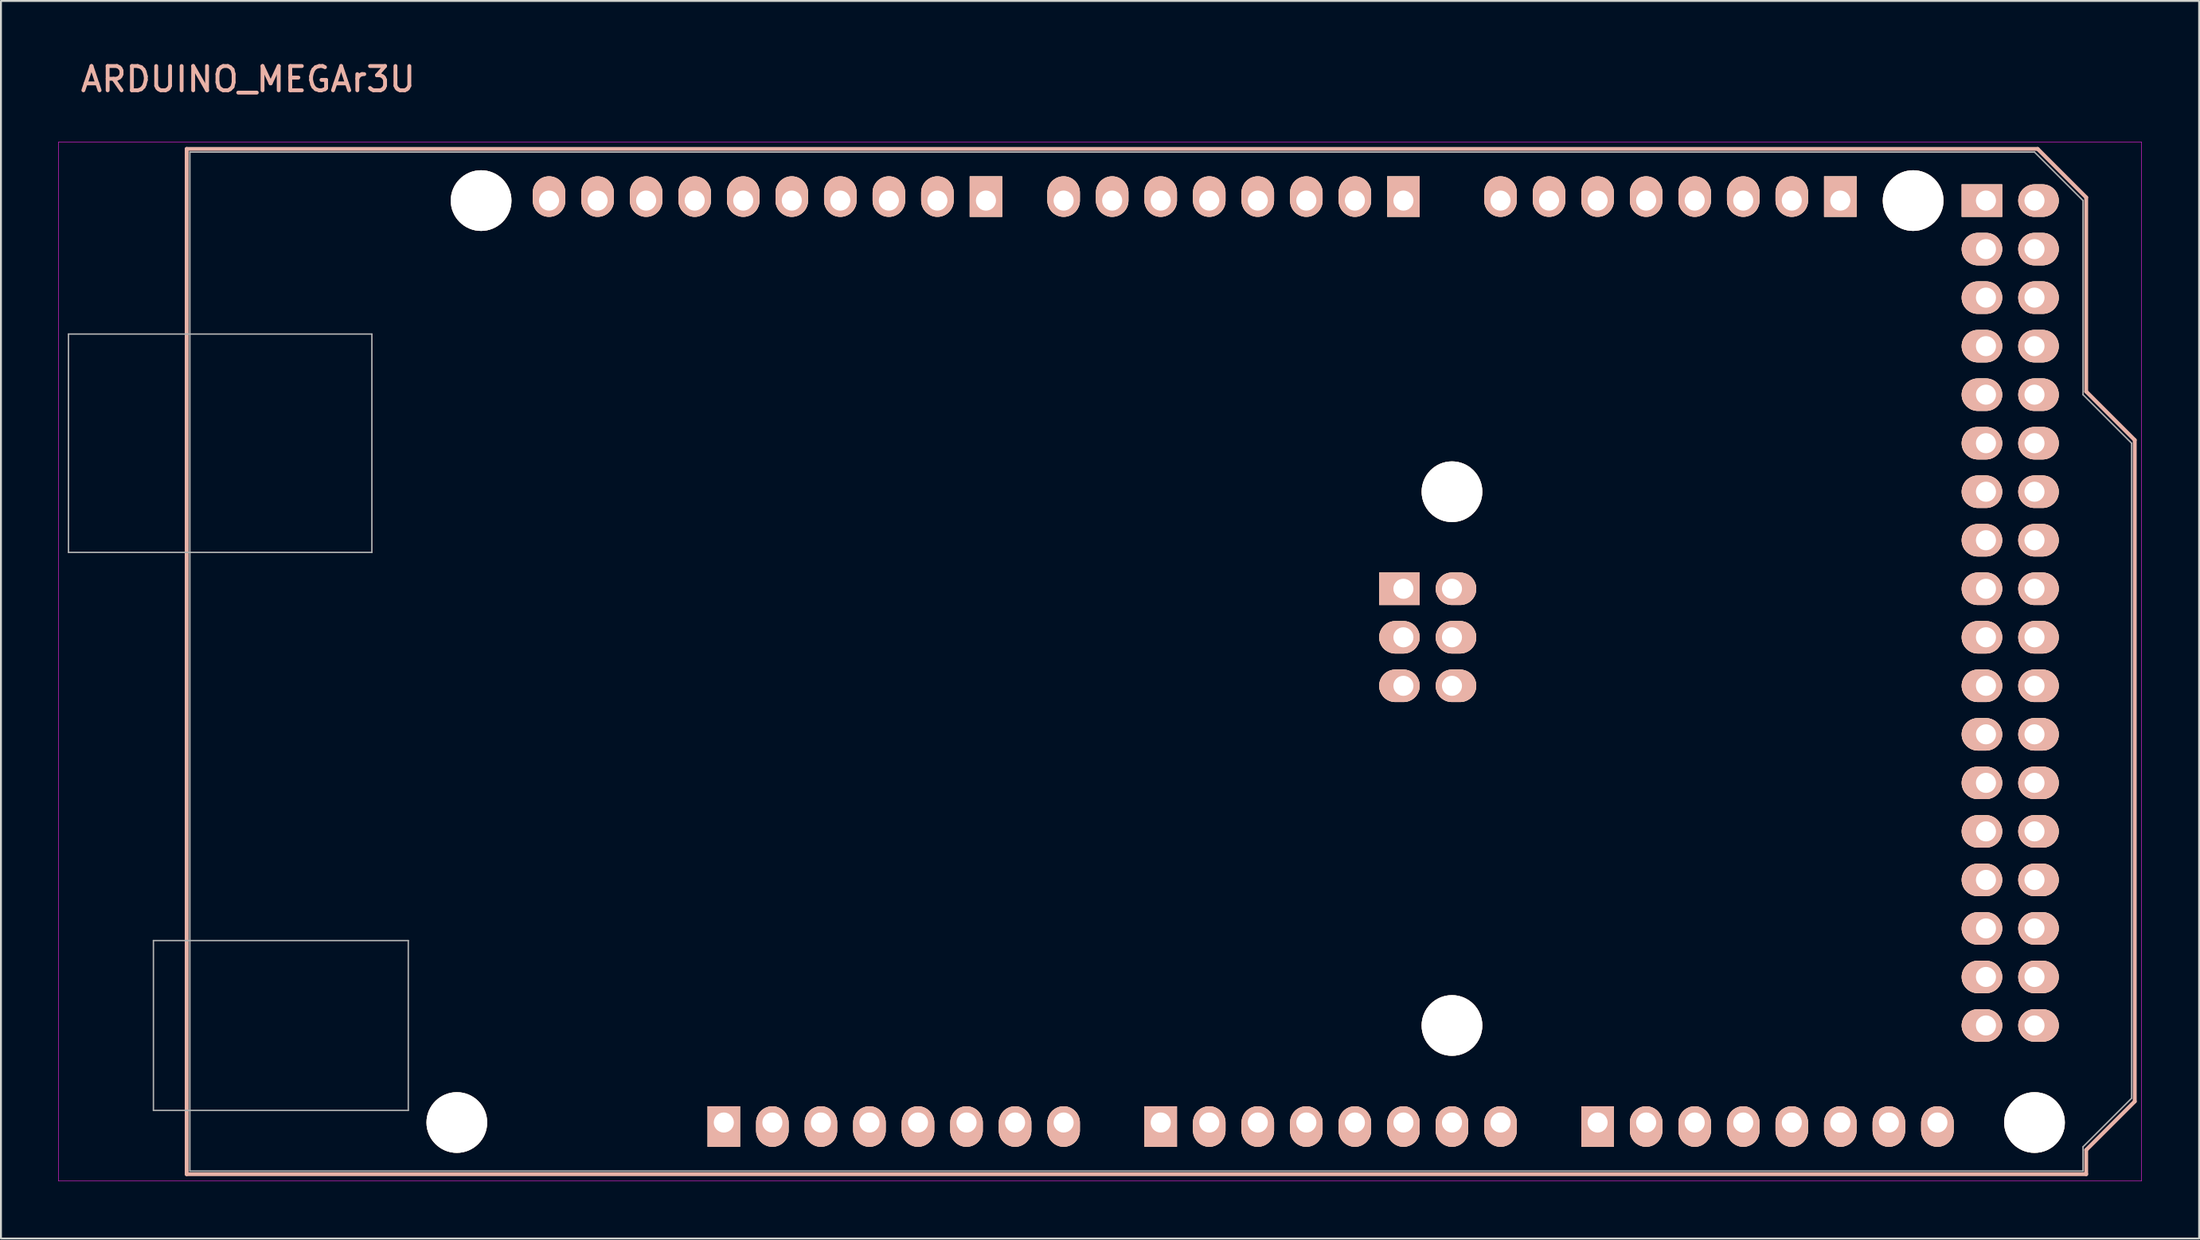
<source format=kicad_pcb>
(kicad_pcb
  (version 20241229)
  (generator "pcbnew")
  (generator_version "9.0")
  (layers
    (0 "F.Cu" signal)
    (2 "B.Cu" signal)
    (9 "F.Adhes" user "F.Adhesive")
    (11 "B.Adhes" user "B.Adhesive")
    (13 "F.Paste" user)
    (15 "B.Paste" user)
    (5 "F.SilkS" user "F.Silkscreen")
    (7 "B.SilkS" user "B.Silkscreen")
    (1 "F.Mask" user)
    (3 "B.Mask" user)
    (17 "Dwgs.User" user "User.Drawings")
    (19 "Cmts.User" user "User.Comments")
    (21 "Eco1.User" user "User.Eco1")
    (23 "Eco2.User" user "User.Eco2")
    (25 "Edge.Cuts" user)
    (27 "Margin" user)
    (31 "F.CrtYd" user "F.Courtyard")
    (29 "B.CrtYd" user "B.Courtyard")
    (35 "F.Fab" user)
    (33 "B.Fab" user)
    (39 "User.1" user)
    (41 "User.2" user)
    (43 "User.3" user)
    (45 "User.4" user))
  (footprint "ARDUINO_MEGAr3U"
    (layer "F.Cu")
    (at 6.883 58.25)
    (property "Reference" "ARDUINO_MEGAr3U" (at 3.048 -57.15 0) (layer "B.SilkS") (effects (font (size 1.27 1.27) (thickness 0.203))))
    (attr through_hole)
    (fp_line (start -0.165 0.165) (end -0.165 -53.505) (stroke (width 0.203) (type solid)) (layer "B.SilkS"))
    (fp_line (start 96.685 -53.505) (end -0.165 -53.505) (stroke (width 0.203) (type solid)) (layer "B.SilkS"))
    (fp_line (start 99.225 -50.965) (end 96.685 -53.505) (stroke (width 0.203) (type solid)) (layer "B.SilkS"))
    (fp_line (start 99.225 -40.805) (end 99.225 -50.965) (stroke (width 0.203) (type solid)) (layer "B.SilkS"))
    (fp_line (start 99.225 -40.805) (end 101.765 -38.265) (stroke (width 0.203) (type solid)) (layer "B.SilkS"))
    (fp_line (start 99.225 -1.105) (end 99.225 0.165) (stroke (width 0.203) (type solid)) (layer "B.SilkS"))
    (fp_line (start 99.225 0.165) (end -0.165 0.165) (stroke (width 0.203) (type solid)) (layer "B.SilkS"))
    (fp_line (start 101.765 -38.265) (end 101.765 -3.645) (stroke (width 0.203) (type solid)) (layer "B.SilkS"))
    (fp_line (start 101.765 -3.645) (end 99.225 -1.105) (stroke (width 0.203) (type solid)) (layer "B.SilkS"))
    (fp_line (start -6.871 -53.861) (end 102.121 -53.861) (stroke (width 0.025) (type solid)) (layer "F.CrtYd"))
    (fp_line (start -6.871 0.521) (end -6.871 -53.861) (stroke (width 0.025) (type solid)) (layer "F.CrtYd"))
    (fp_line (start 102.121 -53.861) (end 102.121 0.521) (stroke (width 0.025) (type solid)) (layer "F.CrtYd"))
    (fp_line (start 102.121 0.521) (end -6.871 0.521) (stroke (width 0.025) (type solid)) (layer "F.CrtYd"))
    (fp_line (start -6.35 -43.815) (end 9.525 -43.815) (stroke (width 0.076) (type solid)) (layer "F.Fab"))
    (fp_line (start -6.35 -32.385) (end -6.35 -43.815) (stroke (width 0.076) (type solid)) (layer "F.Fab"))
    (fp_line (start -1.905 -12.065) (end 11.43 -12.065) (stroke (width 0.076) (type solid)) (layer "F.Fab"))
    (fp_line (start -1.905 -3.175) (end -1.905 -12.065) (stroke (width 0.076) (type solid)) (layer "F.Fab"))
    (fp_line (start 0 0) (end 0 -53.34) (stroke (width 0.076) (type solid)) (layer "F.Fab"))
    (fp_line (start 9.525 -43.815) (end 9.525 -32.385) (stroke (width 0.076) (type solid)) (layer "F.Fab"))
    (fp_line (start 9.525 -32.385) (end -6.35 -32.385) (stroke (width 0.076) (type solid)) (layer "F.Fab"))
    (fp_line (start 11.43 -12.065) (end 11.43 -3.175) (stroke (width 0.076) (type solid)) (layer "F.Fab"))
    (fp_line (start 11.43 -3.175) (end -1.905 -3.175) (stroke (width 0.076) (type solid)) (layer "F.Fab"))
    (fp_line (start 96.52 -53.34) (end 0 -53.34) (stroke (width 0.076) (type solid)) (layer "F.Fab"))
    (fp_line (start 99.06 -50.8) (end 96.52 -53.34) (stroke (width 0.076) (type solid)) (layer "F.Fab"))
    (fp_line (start 99.06 -40.64) (end 99.06 -50.8) (stroke (width 0.076) (type solid)) (layer "F.Fab"))
    (fp_line (start 99.06 -40.64) (end 101.6 -38.1) (stroke (width 0.076) (type solid)) (layer "F.Fab"))
    (fp_line (start 99.06 -1.27) (end 99.06 0) (stroke (width 0.076) (type solid)) (layer "F.Fab"))
    (fp_line (start 99.06 0) (end 0 0) (stroke (width 0.076) (type solid)) (layer "F.Fab"))
    (fp_line (start 101.6 -38.1) (end 101.6 -3.81) (stroke (width 0.076) (type solid)) (layer "F.Fab"))
    (fp_line (start 101.6 -3.81) (end 99.06 -1.27) (stroke (width 0.076) (type solid)) (layer "F.Fab"))
    (pad "" np_thru_hole circle (at 13.97 -2.54 0.1) (size 3.175 3.175) (drill 3.175) (layers "*.Cu" "*.SilkS" "*.Mask"))
    (pad "" np_thru_hole circle (at 15.24 -50.8 0.1) (size 3.175 3.175) (drill 3.175) (layers "*.Cu" "*.SilkS" "*.Mask"))
    (pad "" np_thru_hole circle (at 66.04 -35.56 0.1) (size 3.175 3.175) (drill 3.175) (layers "*.Cu" "*.SilkS" "*.Mask"))
    (pad "" np_thru_hole circle (at 66.04 -7.62 0.1) (size 3.175 3.175) (drill 3.175) (layers "*.Cu" "*.SilkS" "*.Mask"))
    (pad "" np_thru_hole circle (at 90.17 -50.8 0.1) (size 3.175 3.175) (drill 3.175) (layers "*.Cu" "*.SilkS" "*.Mask"))
    (pad "" np_thru_hole circle (at 96.52 -2.54 0.1) (size 3.175 3.175) (drill 3.175) (layers "*.Cu" "*.SilkS" "*.Mask"))
    (pad "AH1" thru_hole rect (at 73.66 -2.54 270) (size 2.12 1.7) (drill 1.05 (offset 0.21 0)) (layers "*.Cu" "*.SilkS" "*.Mask"))
    (pad "AH2" thru_hole oval (at 76.2 -2.54 270) (size 2.12 1.7) (drill 1.05 (offset 0.21 0)) (layers "*.Cu" "*.SilkS" "*.Mask"))
    (pad "AH3" thru_hole oval (at 78.74 -2.54 270) (size 2.12 1.7) (drill 1.05 (offset 0.21 0)) (layers "*.Cu" "*.SilkS" "*.Mask"))
    (pad "AH4" thru_hole oval (at 81.28 -2.54 270) (size 2.12 1.7) (drill 1.05 (offset 0.21 0)) (layers "*.Cu" "*.SilkS" "*.Mask"))
    (pad "AH5" thru_hole oval (at 83.82 -2.54 270) (size 2.12 1.7) (drill 1.05 (offset 0.21 0)) (layers "*.Cu" "*.SilkS" "*.Mask"))
    (pad "AH6" thru_hole oval (at 86.36 -2.54 270) (size 2.12 1.7) (drill 1.05 (offset 0.21 0)) (layers "*.Cu" "*.SilkS" "*.Mask"))
    (pad "AH7" thru_hole oval (at 88.9 -2.54 270) (size 2.12 1.7) (drill 1.05 (offset 0.21 0)) (layers "*.Cu" "*.SilkS" "*.Mask"))
    (pad "AH8" thru_hole oval (at 91.44 -2.54 270) (size 2.12 1.7) (drill 1.05 (offset 0.21 0)) (layers "*.Cu" "*.SilkS" "*.Mask"))
    (pad "AL1" thru_hole rect (at 50.8 -2.54 270) (size 2.12 1.7) (drill 1.05 (offset 0.21 0)) (layers "*.Cu" "*.SilkS" "*.Mask"))
    (pad "AL2" thru_hole oval (at 53.34 -2.54 270) (size 2.12 1.7) (drill 1.05 (offset 0.21 0)) (layers "*.Cu" "*.SilkS" "*.Mask"))
    (pad "AL3" thru_hole oval (at 55.88 -2.54 270) (size 2.12 1.7) (drill 1.05 (offset 0.21 0)) (layers "*.Cu" "*.SilkS" "*.Mask"))
    (pad "AL4" thru_hole oval (at 58.42 -2.54 270) (size 2.12 1.7) (drill 1.05 (offset 0.21 0)) (layers "*.Cu" "*.SilkS" "*.Mask"))
    (pad "AL5" thru_hole oval (at 60.96 -2.54 270) (size 2.12 1.7) (drill 1.05 (offset 0.21 0)) (layers "*.Cu" "*.SilkS" "*.Mask"))
    (pad "AL6" thru_hole oval (at 63.5 -2.54 270) (size 2.12 1.7) (drill 1.05 (offset 0.21 0)) (layers "*.Cu" "*.SilkS" "*.Mask"))
    (pad "AL7" thru_hole oval (at 66.04 -2.54 270) (size 2.12 1.7) (drill 1.05 (offset 0.21 0)) (layers "*.Cu" "*.SilkS" "*.Mask"))
    (pad "AL8" thru_hole oval (at 68.58 -2.54 270) (size 2.12 1.7) (drill 1.05 (offset 0.21 0)) (layers "*.Cu" "*.SilkS" "*.Mask"))
    (pad "COM1" thru_hole rect (at 86.36 -50.8 90) (size 2.12 1.7) (drill 1.05 (offset 0.21 0)) (layers "*.Cu" "*.SilkS" "*.Mask"))
    (pad "COM2" thru_hole oval (at 83.82 -50.8 90) (size 2.12 1.7) (drill 1.05 (offset 0.21 0)) (layers "*.Cu" "*.SilkS" "*.Mask"))
    (pad "COM3" thru_hole oval (at 81.28 -50.8 90) (size 2.12 1.7) (drill 1.05 (offset 0.21 0)) (layers "*.Cu" "*.SilkS" "*.Mask"))
    (pad "COM4" thru_hole oval (at 78.74 -50.8 90) (size 2.12 1.7) (drill 1.05 (offset 0.21 0)) (layers "*.Cu" "*.SilkS" "*.Mask"))
    (pad "COM5" thru_hole oval (at 76.2 -50.8 90) (size 2.12 1.7) (drill 1.05 (offset 0.21 0)) (layers "*.Cu" "*.SilkS" "*.Mask"))
    (pad "COM6" thru_hole oval (at 73.66 -50.8 90) (size 2.12 1.7) (drill 1.05 (offset 0.21 0)) (layers "*.Cu" "*.SilkS" "*.Mask"))
    (pad "COM7" thru_hole oval (at 71.12 -50.8 90) (size 2.12 1.7) (drill 1.05 (offset 0.21 0)) (layers "*.Cu" "*.SilkS" "*.Mask"))
    (pad "COM8" thru_hole oval (at 68.58 -50.8 90) (size 2.12 1.7) (drill 1.05 (offset 0.21 0)) (layers "*.Cu" "*.SilkS" "*.Mask"))
    (pad "H1" thru_hole rect (at 41.656 -50.8 90) (size 2.12 1.7) (drill 1.05 (offset 0.21 0)) (layers "*.Cu" "*.SilkS" "*.Mask"))
    (pad "H2" thru_hole oval (at 39.116 -50.8 90) (size 2.12 1.7) (drill 1.05 (offset 0.21 0)) (layers "*.Cu" "*.SilkS" "*.Mask"))
    (pad "H3" thru_hole oval (at 36.576 -50.8 90) (size 2.12 1.7) (drill 1.05 (offset 0.21 0)) (layers "*.Cu" "*.SilkS" "*.Mask"))
    (pad "H4" thru_hole oval (at 34.036 -50.8 90) (size 2.12 1.7) (drill 1.05 (offset 0.21 0)) (layers "*.Cu" "*.SilkS" "*.Mask"))
    (pad "H5" thru_hole oval (at 31.496 -50.8 90) (size 2.12 1.7) (drill 1.05 (offset 0.21 0)) (layers "*.Cu" "*.SilkS" "*.Mask"))
    (pad "H6" thru_hole oval (at 28.956 -50.8 90) (size 2.12 1.7) (drill 1.05 (offset 0.21 0)) (layers "*.Cu" "*.SilkS" "*.Mask"))
    (pad "H7" thru_hole oval (at 26.416 -50.8 90) (size 2.12 1.7) (drill 1.05 (offset 0.21 0)) (layers "*.Cu" "*.SilkS" "*.Mask"))
    (pad "H8" thru_hole oval (at 23.876 -50.8 90) (size 2.12 1.7) (drill 1.05 (offset 0.21 0)) (layers "*.Cu" "*.SilkS" "*.Mask"))
    (pad "H9" thru_hole oval (at 21.336 -50.8 90) (size 2.12 1.7) (drill 1.05 (offset 0.21 0)) (layers "*.Cu" "*.SilkS" "*.Mask"))
    (pad "H10" thru_hole oval (at 18.796 -50.8 90) (size 2.12 1.7) (drill 1.05 (offset 0.21 0)) (layers "*.Cu" "*.SilkS" "*.Mask"))
    (pad "ISP1" thru_hole rect (at 63.5 -30.48 180) (size 2.12 1.7) (drill 1.05 (offset 0.21 0)) (layers "*.Cu" "*.SilkS" "*.Mask"))
    (pad "ISP2" thru_hole oval (at 66.04 -30.48) (size 2.12 1.7) (drill 1.05 (offset 0.21 0)) (layers "*.Cu" "*.SilkS" "*.Mask"))
    (pad "ISP3" thru_hole oval (at 63.5 -27.94 180) (size 2.12 1.7) (drill 1.05 (offset 0.21 0)) (layers "*.Cu" "*.SilkS" "*.Mask"))
    (pad "ISP4" thru_hole oval (at 66.04 -27.94) (size 2.12 1.7) (drill 1.05 (offset 0.21 0)) (layers "*.Cu" "*.SilkS" "*.Mask"))
    (pad "ISP5" thru_hole oval (at 63.5 -25.4 180) (size 2.12 1.7) (drill 1.05 (offset 0.21 0)) (layers "*.Cu" "*.SilkS" "*.Mask"))
    (pad "ISP6" thru_hole oval (at 66.04 -25.4) (size 2.12 1.7) (drill 1.05 (offset 0.21 0)) (layers "*.Cu" "*.SilkS" "*.Mask"))
    (pad "L1" thru_hole rect (at 63.5 -50.8 90) (size 2.12 1.7) (drill 1.05 (offset 0.21 0)) (layers "*.Cu" "*.SilkS" "*.Mask"))
    (pad "L2" thru_hole oval (at 60.96 -50.8 90) (size 2.12 1.7) (drill 1.05 (offset 0.21 0)) (layers "*.Cu" "*.SilkS" "*.Mask"))
    (pad "L3" thru_hole oval (at 58.42 -50.8 90) (size 2.12 1.7) (drill 1.05 (offset 0.21 0)) (layers "*.Cu" "*.SilkS" "*.Mask"))
    (pad "L4" thru_hole oval (at 55.88 -50.8 90) (size 2.12 1.7) (drill 1.05 (offset 0.21 0)) (layers "*.Cu" "*.SilkS" "*.Mask"))
    (pad "L5" thru_hole oval (at 53.34 -50.8 90) (size 2.12 1.7) (drill 1.05 (offset 0.21 0)) (layers "*.Cu" "*.SilkS" "*.Mask"))
    (pad "L6" thru_hole oval (at 50.8 -50.8 90) (size 2.12 1.7) (drill 1.05 (offset 0.21 0)) (layers "*.Cu" "*.SilkS" "*.Mask"))
    (pad "L7" thru_hole oval (at 48.26 -50.8 90) (size 2.12 1.7) (drill 1.05 (offset 0.21 0)) (layers "*.Cu" "*.SilkS" "*.Mask"))
    (pad "L8" thru_hole oval (at 45.72 -50.8 90) (size 2.12 1.7) (drill 1.05 (offset 0.21 0)) (layers "*.Cu" "*.SilkS" "*.Mask"))
    (pad "P1" thru_hole rect (at 27.94 -2.54 270) (size 2.12 1.7) (drill 1.05 (offset 0.21 0)) (layers "*.Cu" "*.SilkS" "*.Mask"))
    (pad "P2" thru_hole oval (at 30.48 -2.54 270) (size 2.12 1.7) (drill 1.05 (offset 0.21 0)) (layers "*.Cu" "*.SilkS" "*.Mask"))
    (pad "P3" thru_hole oval (at 33.02 -2.54 270) (size 2.12 1.7) (drill 1.05 (offset 0.21 0)) (layers "*.Cu" "*.SilkS" "*.Mask"))
    (pad "P4" thru_hole oval (at 35.56 -2.54 270) (size 2.12 1.7) (drill 1.05 (offset 0.21 0)) (layers "*.Cu" "*.SilkS" "*.Mask"))
    (pad "P5" thru_hole oval (at 38.1 -2.54 270) (size 2.12 1.7) (drill 1.05 (offset 0.21 0)) (layers "*.Cu" "*.SilkS" "*.Mask"))
    (pad "P6" thru_hole oval (at 40.64 -2.54 270) (size 2.12 1.7) (drill 1.05 (offset 0.21 0)) (layers "*.Cu" "*.SilkS" "*.Mask"))
    (pad "P7" thru_hole oval (at 43.18 -2.54 270) (size 2.12 1.7) (drill 1.05 (offset 0.21 0)) (layers "*.Cu" "*.SilkS" "*.Mask"))
    (pad "P8" thru_hole oval (at 45.72 -2.54 270) (size 2.12 1.7) (drill 1.05 (offset 0.21 0)) (layers "*.Cu" "*.SilkS" "*.Mask"))
    (pad "X1" thru_hole rect (at 93.98 -50.8 180) (size 2.12 1.7) (drill 1.05 (offset 0.21 0)) (layers "*.Cu" "*.SilkS" "*.Mask"))
    (pad "X2" thru_hole oval (at 96.52 -50.8) (size 2.12 1.7) (drill 1.05 (offset 0.21 0)) (layers "*.Cu" "*.SilkS" "*.Mask"))
    (pad "X3" thru_hole oval (at 93.98 -48.26 180) (size 2.12 1.7) (drill 1.05 (offset 0.21 0)) (layers "*.Cu" "*.SilkS" "*.Mask"))
    (pad "X4" thru_hole oval (at 96.52 -48.26) (size 2.12 1.7) (drill 1.05 (offset 0.21 0)) (layers "*.Cu" "*.SilkS" "*.Mask"))
    (pad "X5" thru_hole oval (at 93.98 -45.72 180) (size 2.12 1.7) (drill 1.05 (offset 0.21 0)) (layers "*.Cu" "*.SilkS" "*.Mask"))
    (pad "X6" thru_hole oval (at 96.52 -45.72) (size 2.12 1.7) (drill 1.05 (offset 0.21 0)) (layers "*.Cu" "*.SilkS" "*.Mask"))
    (pad "X7" thru_hole oval (at 93.98 -43.18 180) (size 2.12 1.7) (drill 1.05 (offset 0.21 0)) (layers "*.Cu" "*.SilkS" "*.Mask"))
    (pad "X8" thru_hole oval (at 96.52 -43.18) (size 2.12 1.7) (drill 1.05 (offset 0.21 0)) (layers "*.Cu" "*.SilkS" "*.Mask"))
    (pad "X9" thru_hole oval (at 93.98 -40.64 180) (size 2.12 1.7) (drill 1.05 (offset 0.21 0)) (layers "*.Cu" "*.SilkS" "*.Mask"))
    (pad "X10" thru_hole oval (at 96.52 -40.64) (size 2.12 1.7) (drill 1.05 (offset 0.21 0)) (layers "*.Cu" "*.SilkS" "*.Mask"))
    (pad "X11" thru_hole oval (at 93.98 -38.1 180) (size 2.12 1.7) (drill 1.05 (offset 0.21 0)) (layers "*.Cu" "*.SilkS" "*.Mask"))
    (pad "X12" thru_hole oval (at 96.52 -38.1) (size 2.12 1.7) (drill 1.05 (offset 0.21 0)) (layers "*.Cu" "*.SilkS" "*.Mask"))
    (pad "X13" thru_hole oval (at 93.98 -35.56 180) (size 2.12 1.7) (drill 1.05 (offset 0.21 0)) (layers "*.Cu" "*.SilkS" "*.Mask"))
    (pad "X14" thru_hole oval (at 96.52 -35.56) (size 2.12 1.7) (drill 1.05 (offset 0.21 0)) (layers "*.Cu" "*.SilkS" "*.Mask"))
    (pad "X15" thru_hole oval (at 93.98 -33.02 180) (size 2.12 1.7) (drill 1.05 (offset 0.21 0)) (layers "*.Cu" "*.SilkS" "*.Mask"))
    (pad "X16" thru_hole oval (at 96.52 -33.02) (size 2.12 1.7) (drill 1.05 (offset 0.21 0)) (layers "*.Cu" "*.SilkS" "*.Mask"))
    (pad "X17" thru_hole oval (at 93.98 -30.48 180) (size 2.12 1.7) (drill 1.05 (offset 0.21 0)) (layers "*.Cu" "*.SilkS" "*.Mask"))
    (pad "X18" thru_hole oval (at 96.52 -30.48) (size 2.12 1.7) (drill 1.05 (offset 0.21 0)) (layers "*.Cu" "*.SilkS" "*.Mask"))
    (pad "X19" thru_hole oval (at 93.98 -27.94 180) (size 2.12 1.7) (drill 1.05 (offset 0.21 0)) (layers "*.Cu" "*.SilkS" "*.Mask"))
    (pad "X20" thru_hole oval (at 96.52 -27.94) (size 2.12 1.7) (drill 1.05 (offset 0.21 0)) (layers "*.Cu" "*.SilkS" "*.Mask"))
    (pad "X21" thru_hole oval (at 93.98 -25.4 180) (size 2.12 1.7) (drill 1.05 (offset 0.21 0)) (layers "*.Cu" "*.SilkS" "*.Mask"))
    (pad "X22" thru_hole oval (at 96.52 -25.4) (size 2.12 1.7) (drill 1.05 (offset 0.21 0)) (layers "*.Cu" "*.SilkS" "*.Mask"))
    (pad "X23" thru_hole oval (at 93.98 -22.86 180) (size 2.12 1.7) (drill 1.05 (offset 0.21 0)) (layers "*.Cu" "*.SilkS" "*.Mask"))
    (pad "X24" thru_hole oval (at 96.52 -22.86) (size 2.12 1.7) (drill 1.05 (offset 0.21 0)) (layers "*.Cu" "*.SilkS" "*.Mask"))
    (pad "X25" thru_hole oval (at 93.98 -20.32 180) (size 2.12 1.7) (drill 1.05 (offset 0.21 0)) (layers "*.Cu" "*.SilkS" "*.Mask"))
    (pad "X26" thru_hole oval (at 96.52 -20.32) (size 2.12 1.7) (drill 1.05 (offset 0.21 0)) (layers "*.Cu" "*.SilkS" "*.Mask"))
    (pad "X27" thru_hole oval (at 93.98 -17.78 180) (size 2.12 1.7) (drill 1.05 (offset 0.21 0)) (layers "*.Cu" "*.SilkS" "*.Mask"))
    (pad "X28" thru_hole oval (at 96.52 -17.78) (size 2.12 1.7) (drill 1.05 (offset 0.21 0)) (layers "*.Cu" "*.SilkS" "*.Mask"))
    (pad "X29" thru_hole oval (at 93.98 -15.24 180) (size 2.12 1.7) (drill 1.05 (offset 0.21 0)) (layers "*.Cu" "*.SilkS" "*.Mask"))
    (pad "X30" thru_hole oval (at 96.52 -15.24) (size 2.12 1.7) (drill 1.05 (offset 0.21 0)) (layers "*.Cu" "*.SilkS" "*.Mask"))
    (pad "X31" thru_hole oval (at 93.98 -12.7 180) (size 2.12 1.7) (drill 1.05 (offset 0.21 0)) (layers "*.Cu" "*.SilkS" "*.Mask"))
    (pad "X32" thru_hole oval (at 96.52 -12.7) (size 2.12 1.7) (drill 1.05 (offset 0.21 0)) (layers "*.Cu" "*.SilkS" "*.Mask"))
    (pad "X33" thru_hole oval (at 93.98 -10.16 180) (size 2.12 1.7) (drill 1.05 (offset 0.21 0)) (layers "*.Cu" "*.SilkS" "*.Mask"))
    (pad "X34" thru_hole oval (at 96.52 -10.16) (size 2.12 1.7) (drill 1.05 (offset 0.21 0)) (layers "*.Cu" "*.SilkS" "*.Mask"))
    (pad "X35" thru_hole oval (at 93.98 -7.62 180) (size 2.12 1.7) (drill 1.05 (offset 0.21 0)) (layers "*.Cu" "*.SilkS" "*.Mask"))
    (pad "X36" thru_hole oval (at 96.52 -7.62) (size 2.12 1.7) (drill 1.05 (offset 0.21 0)) (layers "*.Cu" "*.SilkS" "*.Mask")))
  (gr_rect
    (start -3 -3)
    (end 112.017 61.783)
    (stroke (width 0.1) (type default))
    (fill no)
    (layer "Edge.Cuts")))
</source>
